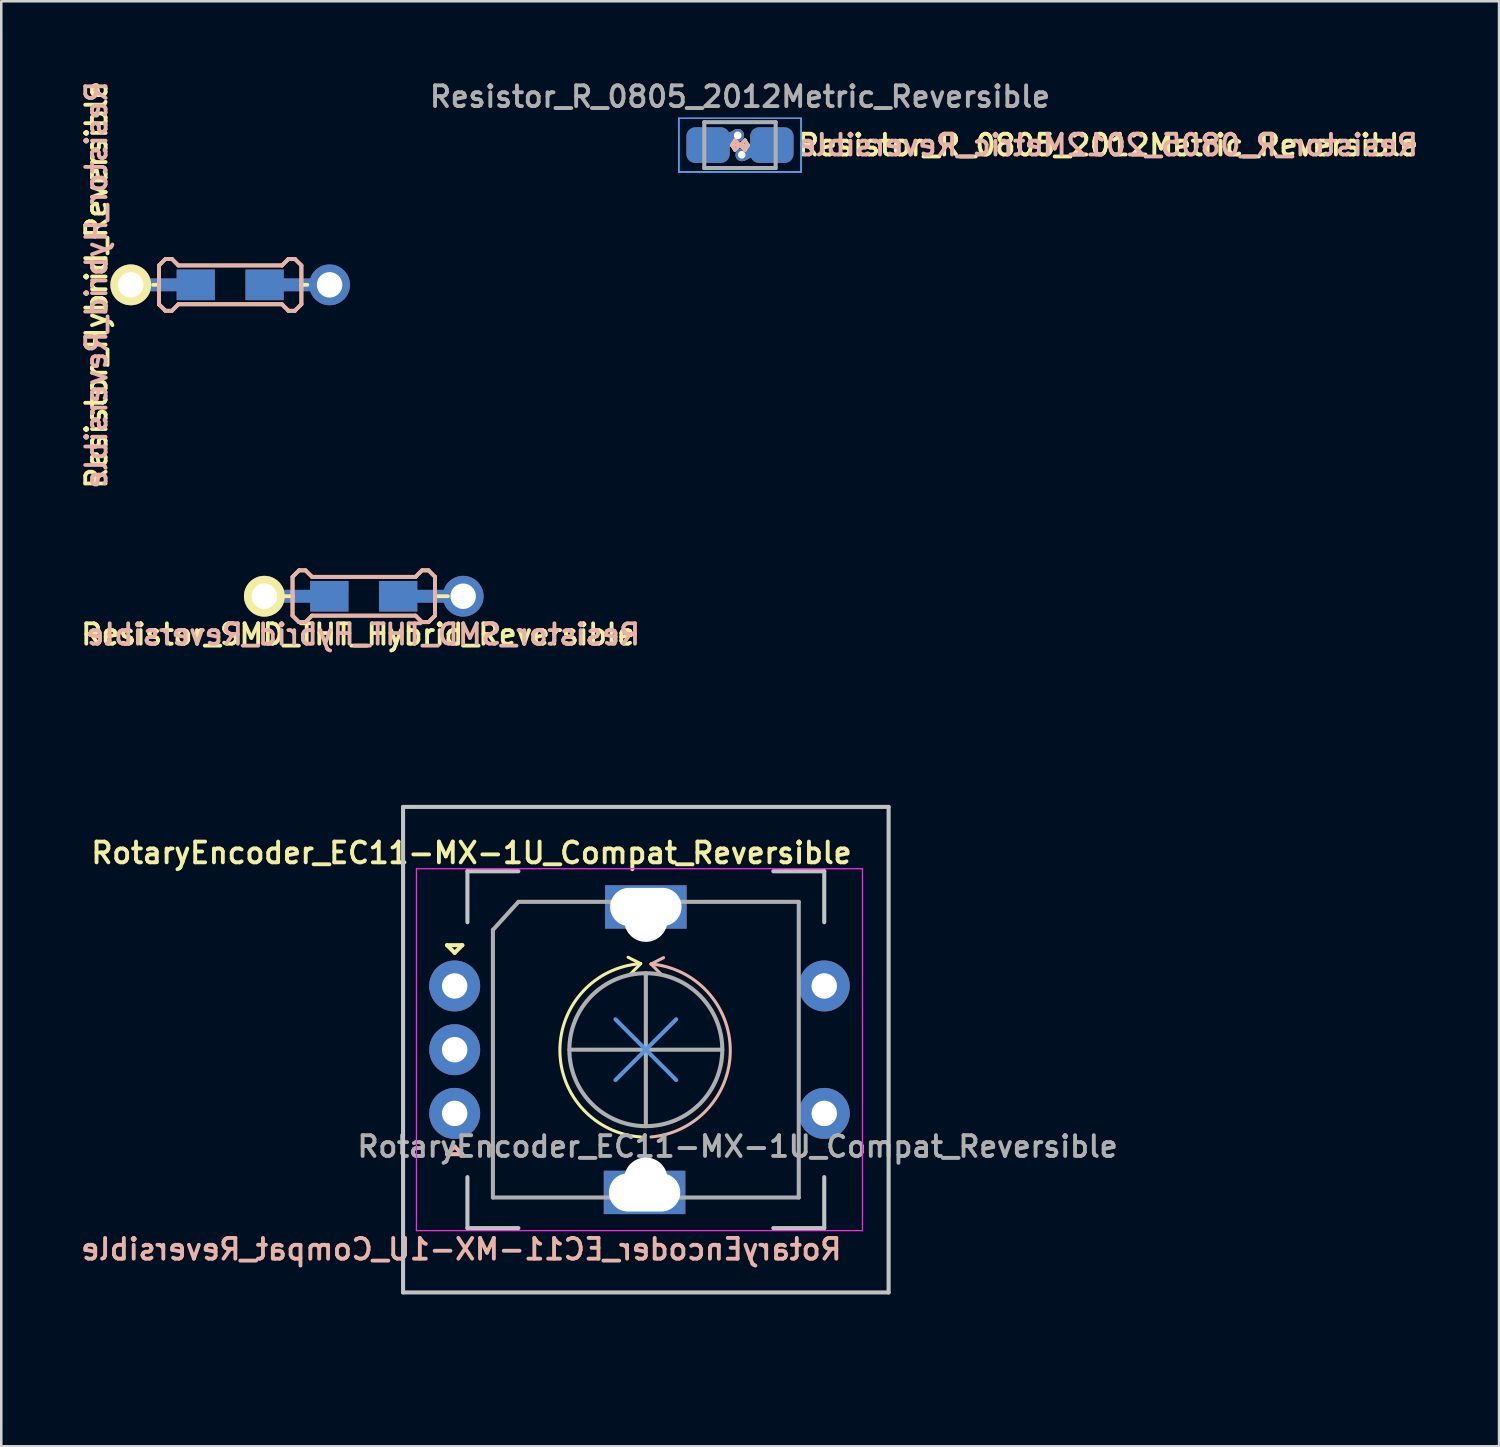
<source format=kicad_pcb>
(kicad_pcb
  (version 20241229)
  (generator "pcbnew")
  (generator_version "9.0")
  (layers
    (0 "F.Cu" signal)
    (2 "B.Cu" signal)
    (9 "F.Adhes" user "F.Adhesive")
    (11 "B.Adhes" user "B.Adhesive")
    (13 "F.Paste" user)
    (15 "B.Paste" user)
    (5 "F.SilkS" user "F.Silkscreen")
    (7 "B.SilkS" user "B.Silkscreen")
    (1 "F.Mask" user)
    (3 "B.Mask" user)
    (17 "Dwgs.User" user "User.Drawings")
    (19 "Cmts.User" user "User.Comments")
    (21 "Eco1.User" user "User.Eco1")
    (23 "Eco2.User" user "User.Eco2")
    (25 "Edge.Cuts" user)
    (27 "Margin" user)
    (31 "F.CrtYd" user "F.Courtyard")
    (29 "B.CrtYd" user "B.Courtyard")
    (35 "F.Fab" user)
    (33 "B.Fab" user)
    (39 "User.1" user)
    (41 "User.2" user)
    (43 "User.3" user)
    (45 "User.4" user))
  (footprint "Resistor_R_0805_2012Metric_Reversible"
    (layer "F.Cu")
    (at 25.982 2.643)
    (property "Reference" "Resistor_R_0805_2012Metric_Reversible" (at 2.182 0 0) (layer "F.SilkS") (effects (font (size 0.813 0.813) (thickness 0.152)) (justify left)))
    (attr smd)
    (fp_line (start -0.325 0) (end -0.2 0.2) (stroke (width 0.12) (type solid)) (layer "F.SilkS"))
    (fp_line (start -0.325 0) (end 0.325 0) (stroke (width 0.12) (type solid)) (layer "F.SilkS"))
    (fp_line (start -0.2 -0.2) (end -0.325 0) (stroke (width 0.12) (type solid)) (layer "F.SilkS"))
    (fp_line (start -0.2 0.2) (end 0 0) (stroke (width 0.12) (type solid)) (layer "F.SilkS"))
    (fp_line (start 0 0) (end -0.2 -0.2) (stroke (width 0.12) (type solid)) (layer "F.SilkS"))
    (fp_line (start 0 0) (end 0.2 0.2) (stroke (width 0.12) (type solid)) (layer "F.SilkS"))
    (fp_line (start 0.2 -0.2) (end 0 0) (stroke (width 0.12) (type solid)) (layer "F.SilkS"))
    (fp_line (start 0.2 0.2) (end 0.325 0) (stroke (width 0.12) (type solid)) (layer "F.SilkS"))
    (fp_line (start 0.325 0) (end 0.2 -0.2) (stroke (width 0.12) (type solid)) (layer "F.SilkS"))
    (fp_line (start -0.325 0) (end -0.2 -0.2) (stroke (width 0.12) (type solid)) (layer "B.SilkS"))
    (fp_line (start -0.325 0) (end 0.325 0) (stroke (width 0.12) (type solid)) (layer "B.SilkS"))
    (fp_line (start -0.2 -0.2) (end 0 0) (stroke (width 0.12) (type solid)) (layer "B.SilkS"))
    (fp_line (start -0.2 0.2) (end -0.325 0) (stroke (width 0.12) (type solid)) (layer "B.SilkS"))
    (fp_line (start 0 0) (end -0.2 0.2) (stroke (width 0.12) (type solid)) (layer "B.SilkS"))
    (fp_line (start 0 0) (end 0.2 -0.2) (stroke (width 0.12) (type solid)) (layer "B.SilkS"))
    (fp_line (start 0.2 -0.2) (end 0.325 0) (stroke (width 0.12) (type solid)) (layer "B.SilkS"))
    (fp_line (start 0.2 0.2) (end 0 0) (stroke (width 0.12) (type solid)) (layer "B.SilkS"))
    (fp_line (start 0.325 0) (end 0.2 0.2) (stroke (width 0.12) (type solid)) (layer "B.SilkS"))
    (fp_line (start -2.4 -1.05) (end -2.4 1.05) (stroke (width 0.05) (type solid)) (layer "Cmts.User"))
    (fp_line (start -2.4 -1.05) (end 2.4 -1.05) (stroke (width 0.05) (type solid)) (layer "Cmts.User"))
    (fp_line (start 2.4 -1.05) (end 2.4 1.05) (stroke (width 0.05) (type solid)) (layer "Cmts.User"))
    (fp_line (start 2.4 1.05) (end -2.4 1.05) (stroke (width 0.05) (type solid)) (layer "Cmts.User"))
    (fp_line (start -2.4 -1.05) (end -2.4 1.05) (stroke (width 0.05) (type solid)) (layer "B.CrtYd"))
    (fp_line (start -2.4 -1.05) (end 2.4 -1.05) (stroke (width 0.05) (type solid)) (layer "B.CrtYd"))
    (fp_line (start 2.4 -1.05) (end 2.4 1.05) (stroke (width 0.05) (type solid)) (layer "B.CrtYd"))
    (fp_line (start 2.4 1.05) (end -2.4 1.05) (stroke (width 0.05) (type solid)) (layer "B.CrtYd"))
    (fp_line (start -2.4 -1.05) (end -2.4 1.05) (stroke (width 0.05) (type solid)) (layer "F.CrtYd"))
    (fp_line (start -2.4 -1.05) (end 2.4 -1.05) (stroke (width 0.05) (type solid)) (layer "F.CrtYd"))
    (fp_line (start 2.4 -1.05) (end 2.4 1.05) (stroke (width 0.05) (type solid)) (layer "F.CrtYd"))
    (fp_line (start 2.4 1.05) (end -2.4 1.05) (stroke (width 0.05) (type solid)) (layer "F.CrtYd"))
    (fp_line (start -1.4 -0.9) (end 1.4 -0.9) (stroke (width 0.16) (type solid)) (layer "F.Fab"))
    (fp_line (start -1.4 0.9) (end -1.4 -0.9) (stroke (width 0.16) (type solid)) (layer "F.Fab"))
    (fp_line (start 1.4 -0.9) (end 1.4 0.9) (stroke (width 0.16) (type solid)) (layer "F.Fab"))
    (fp_line (start 1.4 0.9) (end -1.4 0.9) (stroke (width 0.16) (type solid)) (layer "F.Fab"))
    (fp_text user "${REFERENCE}" (at 2.182 0 0) (layer "B.SilkS") (effects (font (size 0.813 0.813) (thickness 0.152)) (justify right mirror)))
    (fp_text user "${REFERENCE}" (at 0 -1.9 0) (layer "F.Fab") (effects (font (size 0.813 0.813) (thickness 0.152))))
    (pad "1" smd roundrect (at -1.251 0) (size 1.701 1.4) (layers "F.Cu" "F.Mask" "F.Paste") (roundrect_rratio 0.25))
    (pad "1" smd roundrect (at -1.251 0) (size 1.701 1.4) (layers "B.Cu" "B.Mask" "B.Paste") (roundrect_rratio 0.25))
    (pad "1" smd custom (at -0.851 0) (size 0.01 0.01) (layers "F.Cu") (options (anchor circle)) (primitives (gr_line (start 0.762 -0.381) (end 0 0) (width 0.5))))
    (pad "1" smd custom (at -0.851 0) (size 0.01 0.01) (layers "B.Cu") (options (anchor circle)) (primitives (gr_line (start 0.762 -0.381) (end 0 0) (width 0.5))))
    (pad "1" thru_hole circle (at -0.089 -0.381) (size 0.5 0.5) (drill 0.3) (layers "*.Cu"))
    (pad "2" thru_hole circle (at 0.07 0.381) (size 0.5 0.5) (drill 0.3) (layers "*.Cu"))
    (pad "2" smd custom (at 0.851 0) (size 0.01 0.01) (layers "F.Cu") (options (anchor circle)) (primitives (gr_line (start -0.761 0.381) (end 0.001 0) (width 0.5))))
    (pad "2" smd custom (at 0.851 0) (size 0.01 0.01) (layers "B.Cu") (options (anchor circle)) (primitives (gr_line (start -0.761 0.381) (end 0.001 0) (width 0.5))))
    (pad "2" smd roundrect (at 1.251 0) (size 1.701 1.4) (layers "F.Cu" "F.Mask" "F.Paste") (roundrect_rratio 0.25))
    (pad "2" smd roundrect (at 1.251 0) (size 1.701 1.4) (layers "B.Cu" "B.Mask" "B.Paste") (roundrect_rratio 0.25)))
  (footprint "Resistor_Hybrid_Reversible"
    (layer "F.Cu")
    (at 5.981 8.126)
    (property "Reference" "Resistor_Hybrid_Reversible" (at -5.25 0 90) (layer "B.SilkS") (effects (font (size 0.8 0.8) (thickness 0.15)) (justify mirror)))
    (attr through_hole)
    (fp_line (start -3.025 0) (end -2.794 0) (stroke (width 0.15) (type solid)) (layer "F.SilkS"))
    (fp_line (start -2.794 -0.762) (end -2.54 -1.016) (stroke (width 0.15) (type solid)) (layer "F.SilkS"))
    (fp_line (start -2.794 0.762) (end -2.794 -0.762) (stroke (width 0.15) (type solid)) (layer "F.SilkS"))
    (fp_line (start -2.54 -1.016) (end -2.286 -1.016) (stroke (width 0.15) (type solid)) (layer "F.SilkS"))
    (fp_line (start -2.54 1.016) (end -2.794 0.762) (stroke (width 0.15) (type solid)) (layer "F.SilkS"))
    (fp_line (start -2.286 -1.016) (end -2.032 -0.762) (stroke (width 0.15) (type solid)) (layer "F.SilkS"))
    (fp_line (start -2.286 1.016) (end -2.54 1.016) (stroke (width 0.15) (type solid)) (layer "F.SilkS"))
    (fp_line (start -2.032 -0.762) (end 2.032 -0.762) (stroke (width 0.15) (type solid)) (layer "F.SilkS"))
    (fp_line (start -2.032 0.762) (end -2.286 1.016) (stroke (width 0.15) (type solid)) (layer "F.SilkS"))
    (fp_line (start 2.032 -0.762) (end 2.286 -1.016) (stroke (width 0.15) (type solid)) (layer "F.SilkS"))
    (fp_line (start 2.032 0.762) (end -2.032 0.762) (stroke (width 0.15) (type solid)) (layer "F.SilkS"))
    (fp_line (start 2.286 -1.016) (end 2.54 -1.016) (stroke (width 0.15) (type solid)) (layer "F.SilkS"))
    (fp_line (start 2.286 1.016) (end 2.032 0.762) (stroke (width 0.15) (type solid)) (layer "F.SilkS"))
    (fp_line (start 2.54 -1.016) (end 2.794 -0.762) (stroke (width 0.15) (type solid)) (layer "F.SilkS"))
    (fp_line (start 2.54 1.016) (end 2.286 1.016) (stroke (width 0.15) (type solid)) (layer "F.SilkS"))
    (fp_line (start 2.794 -0.762) (end 2.794 0.762) (stroke (width 0.15) (type solid)) (layer "F.SilkS"))
    (fp_line (start 2.794 0) (end 3.025 0) (stroke (width 0.15) (type solid)) (layer "F.SilkS"))
    (fp_line (start 2.794 0.762) (end 2.54 1.016) (stroke (width 0.15) (type solid)) (layer "F.SilkS"))
    (fp_line (start -2.794 -0.762) (end -2.794 0.762) (stroke (width 0.15) (type solid)) (layer "B.SilkS"))
    (fp_line (start -2.794 0.762) (end -2.54 1.016) (stroke (width 0.15) (type solid)) (layer "B.SilkS"))
    (fp_line (start -2.54 -1.016) (end -2.794 -0.762) (stroke (width 0.15) (type solid)) (layer "B.SilkS"))
    (fp_line (start -2.54 1.016) (end -2.286 1.016) (stroke (width 0.15) (type solid)) (layer "B.SilkS"))
    (fp_line (start -2.286 -1.016) (end -2.54 -1.016) (stroke (width 0.15) (type solid)) (layer "B.SilkS"))
    (fp_line (start -2.286 1.016) (end -2.032 0.762) (stroke (width 0.15) (type solid)) (layer "B.SilkS"))
    (fp_line (start -2.032 -0.762) (end -2.286 -1.016) (stroke (width 0.15) (type solid)) (layer "B.SilkS"))
    (fp_line (start -2.032 0.762) (end 2.032 0.762) (stroke (width 0.15) (type solid)) (layer "B.SilkS"))
    (fp_line (start 2.032 -0.762) (end -2.032 -0.762) (stroke (width 0.15) (type solid)) (layer "B.SilkS"))
    (fp_line (start 2.032 0.762) (end 2.286 1.016) (stroke (width 0.15) (type solid)) (layer "B.SilkS"))
    (fp_line (start 2.286 -1.016) (end 2.032 -0.762) (stroke (width 0.15) (type solid)) (layer "B.SilkS"))
    (fp_line (start 2.286 1.016) (end 2.54 1.016) (stroke (width 0.15) (type solid)) (layer "B.SilkS"))
    (fp_line (start 2.54 -1.016) (end 2.286 -1.016) (stroke (width 0.15) (type solid)) (layer "B.SilkS"))
    (fp_line (start 2.54 1.016) (end 2.794 0.762) (stroke (width 0.15) (type solid)) (layer "B.SilkS"))
    (fp_line (start 2.794 -0.762) (end 2.54 -1.016) (stroke (width 0.15) (type solid)) (layer "B.SilkS"))
    (fp_line (start 2.794 0.762) (end 2.794 -0.762) (stroke (width 0.15) (type solid)) (layer "B.SilkS"))
    (fp_text user "${REFERENCE}" (at -5.25 0 90) (layer "F.SilkS") (effects (font (size 0.8 0.8) (thickness 0.15))))
    (pad "1" smd rect (at 1.35 0) (size 1.5 1.2) (layers "F.Cu" "F.Mask" "F.Paste"))
    (pad "1" smd rect (at 1.35 0) (size 1.5 1.2) (layers "B.Cu" "B.Mask" "B.Paste"))
    (pad "1" smd rect (at 2.5 0) (size 2.9 0.5) (layers "F.Cu"))
    (pad "1" smd rect (at 2.5 0) (size 2.9 0.5) (layers "B.Cu"))
    (pad "1" thru_hole circle (at 3.9 0) (size 1.6 1.6) (drill 1) (layers "*.Cu" "*.Mask"))
    (pad "2" thru_hole circle (at -3.9 0) (size 1.6 1.6) (drill 1) (layers "*.Cu" "*.Mask" "F.SilkS"))
    (pad "2" smd rect (at -2.5 0) (size 2.9 0.5) (layers "F.Cu"))
    (pad "2" smd rect (at -2.5 0) (size 2.9 0.5) (layers "B.Cu"))
    (pad "2" smd rect (at -1.35 0) (size 1.5 1.2) (layers "F.Cu" "F.Mask" "F.Paste"))
    (pad "2" smd rect (at -1.35 0) (size 1.5 1.2) (layers "B.Cu" "B.Mask" "B.Paste")))
  (footprint "Resistor_SMD_THT_Hybrid_Reversible"
    (layer "F.Cu")
    (at 11.222 20.343)
    (property "Reference" "Resistor_SMD_THT_Hybrid_Reversible" (at -0.025 1.5 0) (layer "B.SilkS") (effects (font (size 0.8 0.8) (thickness 0.15)) (justify mirror)))
    (attr through_hole)
    (fp_line (start -3.302 0) (end -2.794 0) (stroke (width 0.15) (type solid)) (layer "F.SilkS"))
    (fp_line (start -2.794 -0.762) (end -2.54 -1.016) (stroke (width 0.15) (type solid)) (layer "F.SilkS"))
    (fp_line (start -2.794 0.762) (end -2.794 -0.762) (stroke (width 0.15) (type solid)) (layer "F.SilkS"))
    (fp_line (start -2.54 -1.016) (end -2.286 -1.016) (stroke (width 0.15) (type solid)) (layer "F.SilkS"))
    (fp_line (start -2.54 1.016) (end -2.794 0.762) (stroke (width 0.15) (type solid)) (layer "F.SilkS"))
    (fp_line (start -2.286 -1.016) (end -2.032 -0.762) (stroke (width 0.15) (type solid)) (layer "F.SilkS"))
    (fp_line (start -2.286 1.016) (end -2.54 1.016) (stroke (width 0.15) (type solid)) (layer "F.SilkS"))
    (fp_line (start -2.032 -0.762) (end 2.032 -0.762) (stroke (width 0.15) (type solid)) (layer "F.SilkS"))
    (fp_line (start -2.032 0.762) (end -2.286 1.016) (stroke (width 0.15) (type solid)) (layer "F.SilkS"))
    (fp_line (start 2.032 -0.762) (end 2.286 -1.016) (stroke (width 0.15) (type solid)) (layer "F.SilkS"))
    (fp_line (start 2.032 0.762) (end -2.032 0.762) (stroke (width 0.15) (type solid)) (layer "F.SilkS"))
    (fp_line (start 2.286 -1.016) (end 2.54 -1.016) (stroke (width 0.15) (type solid)) (layer "F.SilkS"))
    (fp_line (start 2.286 1.016) (end 2.032 0.762) (stroke (width 0.15) (type solid)) (layer "F.SilkS"))
    (fp_line (start 2.54 -1.016) (end 2.794 -0.762) (stroke (width 0.15) (type solid)) (layer "F.SilkS"))
    (fp_line (start 2.54 1.016) (end 2.286 1.016) (stroke (width 0.15) (type solid)) (layer "F.SilkS"))
    (fp_line (start 2.794 -0.762) (end 2.794 0.762) (stroke (width 0.15) (type solid)) (layer "F.SilkS"))
    (fp_line (start 2.794 0) (end 3.302 0) (stroke (width 0.15) (type solid)) (layer "F.SilkS"))
    (fp_line (start 2.794 0.762) (end 2.54 1.016) (stroke (width 0.15) (type solid)) (layer "F.SilkS"))
    (fp_line (start -2.794 -0.762) (end -2.794 0.762) (stroke (width 0.15) (type solid)) (layer "B.SilkS"))
    (fp_line (start -2.794 0.762) (end -2.54 1.016) (stroke (width 0.15) (type solid)) (layer "B.SilkS"))
    (fp_line (start -2.54 -1.016) (end -2.794 -0.762) (stroke (width 0.15) (type solid)) (layer "B.SilkS"))
    (fp_line (start -2.54 1.016) (end -2.286 1.016) (stroke (width 0.15) (type solid)) (layer "B.SilkS"))
    (fp_line (start -2.286 -1.016) (end -2.54 -1.016) (stroke (width 0.15) (type solid)) (layer "B.SilkS"))
    (fp_line (start -2.286 1.016) (end -2.032 0.762) (stroke (width 0.15) (type solid)) (layer "B.SilkS"))
    (fp_line (start -2.032 -0.762) (end -2.286 -1.016) (stroke (width 0.15) (type solid)) (layer "B.SilkS"))
    (fp_line (start -2.032 0.762) (end 2.032 0.762) (stroke (width 0.15) (type solid)) (layer "B.SilkS"))
    (fp_line (start 2.032 -0.762) (end -2.032 -0.762) (stroke (width 0.15) (type solid)) (layer "B.SilkS"))
    (fp_line (start 2.032 0.762) (end 2.286 1.016) (stroke (width 0.15) (type solid)) (layer "B.SilkS"))
    (fp_line (start 2.286 -1.016) (end 2.032 -0.762) (stroke (width 0.15) (type solid)) (layer "B.SilkS"))
    (fp_line (start 2.286 1.016) (end 2.54 1.016) (stroke (width 0.15) (type solid)) (layer "B.SilkS"))
    (fp_line (start 2.54 -1.016) (end 2.286 -1.016) (stroke (width 0.15) (type solid)) (layer "B.SilkS"))
    (fp_line (start 2.54 1.016) (end 2.794 0.762) (stroke (width 0.15) (type solid)) (layer "B.SilkS"))
    (fp_line (start 2.794 -0.762) (end 2.54 -1.016) (stroke (width 0.15) (type solid)) (layer "B.SilkS"))
    (fp_line (start 2.794 0.762) (end 2.794 -0.762) (stroke (width 0.15) (type solid)) (layer "B.SilkS"))
    (fp_text user "${REFERENCE}" (at -0.22 1.5 0) (layer "F.SilkS") (effects (font (size 0.8 0.8) (thickness 0.15))))
    (pad "1" smd rect (at 1.35 0) (size 1.5 1.2) (layers "F.Cu" "F.Mask" "F.Paste"))
    (pad "1" smd rect (at 1.35 0) (size 1.5 1.2) (layers "B.Cu" "B.Mask" "B.Paste"))
    (pad "1" smd rect (at 2.5 0) (size 2.9 0.5) (layers "F.Cu"))
    (pad "1" smd rect (at 2.5 0) (size 2.9 0.5) (layers "B.Cu"))
    (pad "1" thru_hole circle (at 3.9 0) (size 1.6 1.6) (drill 1) (layers "*.Cu" "*.Mask"))
    (pad "2" thru_hole circle (at -3.9 0) (size 1.6 1.6) (drill 1) (layers "*.Cu" "*.Mask" "F.SilkS"))
    (pad "2" smd rect (at -2.5 0) (size 2.9 0.5) (layers "F.Cu"))
    (pad "2" smd rect (at -2.5 0) (size 2.9 0.5) (layers "B.Cu"))
    (pad "2" smd rect (at -1.35 0) (size 1.5 1.2) (layers "F.Cu" "F.Mask" "F.Paste"))
    (pad "2" smd rect (at -1.35 0) (size 1.5 1.2) (layers "B.Cu" "B.Mask" "B.Paste")))
  (footprint "RotaryEncoder_EC11-MX-1U_Compat_Reversible"
    (layer "F.Cu")
    (at 22.289 38.134)
    (property "Reference" "RotaryEncoder_EC11-MX-1U_Compat_Reversible" (at -6.84 -7.72 0) (layer "F.SilkS") (effects (font (size 0.813 0.813) (thickness 0.152))))
    (attr through_hole)
    (fp_line (start -7.8 -4.1) (end -7.2 -4.1) (stroke (width 0.16) (type solid)) (layer "F.SilkS"))
    (fp_line (start -7.5 -3.8) (end -7.8 -4.1) (stroke (width 0.16) (type solid)) (layer "F.SilkS"))
    (fp_line (start -7.2 -4.1) (end -7.5 -3.8) (stroke (width 0.16) (type solid)) (layer "F.SilkS"))
    (fp_line (start -0.697 -3.626) (end -0.203 -3.374) (stroke (width 0.12) (type solid)) (layer "F.SilkS"))
    (fp_line (start -0.203 -3.374) (end -0.597 -2.976) (stroke (width 0.12) (type solid)) (layer "F.SilkS"))
    (fp_arc (start -0.19717 3.424467) (mid -3.370915 0.02764) (end -0.202831 -3.374467) (stroke (width 0.12) (type solid)) (layer "F.SilkS"))
    (fp_line (start -7.8 4.1) (end -7.2 4.1) (stroke (width 0.16) (type solid)) (layer "B.SilkS"))
    (fp_line (start -7.5 3.8) (end -7.8 4.1) (stroke (width 0.16) (type solid)) (layer "B.SilkS"))
    (fp_line (start -7.2 4.1) (end -7.5 3.8) (stroke (width 0.16) (type solid)) (layer "B.SilkS"))
    (fp_line (start 0.203 -3.361) (end 0.597 -2.962) (stroke (width 0.12) (type solid)) (layer "B.SilkS"))
    (fp_line (start 0.697 -3.612) (end 0.203 -3.361) (stroke (width 0.12) (type solid)) (layer "B.SilkS"))
    (fp_arc (start 0.20283 -3.361078) (mid 3.313249 0.031694) (end 0.20283 3.424467) (stroke (width 0.12) (type solid)) (layer "B.SilkS"))
    (fp_line (start -9.525 -9.525) (end 9.525 -9.525) (stroke (width 0.16) (type solid)) (layer "Dwgs.User"))
    (fp_line (start -9.525 9.525) (end -9.525 -9.525) (stroke (width 0.16) (type solid)) (layer "Dwgs.User"))
    (fp_line (start -7 -7) (end -7 -5) (stroke (width 0.16) (type solid)) (layer "Dwgs.User"))
    (fp_line (start -7 5) (end -7 7) (stroke (width 0.16) (type solid)) (layer "Dwgs.User"))
    (fp_line (start -7 7) (end -5 7) (stroke (width 0.16) (type solid)) (layer "Dwgs.User"))
    (fp_line (start -5 -7) (end -7 -7) (stroke (width 0.16) (type solid)) (layer "Dwgs.User"))
    (fp_line (start 5 -7) (end 7 -7) (stroke (width 0.16) (type solid)) (layer "Dwgs.User"))
    (fp_line (start 5 7) (end 7 7) (stroke (width 0.16) (type solid)) (layer "Dwgs.User"))
    (fp_line (start 7 -7) (end 7 -5) (stroke (width 0.16) (type solid)) (layer "Dwgs.User"))
    (fp_line (start 7 7) (end 7 5) (stroke (width 0.16) (type solid)) (layer "Dwgs.User"))
    (fp_line (start 9.525 -9.525) (end 9.525 9.525) (stroke (width 0.16) (type solid)) (layer "Dwgs.User"))
    (fp_line (start 9.525 9.525) (end -9.525 9.525) (stroke (width 0.16) (type solid)) (layer "Dwgs.User"))
    (fp_line (start -1.191 -1.191) (end 1.191 1.191) (stroke (width 0.16) (type solid)) (layer "Cmts.User"))
    (fp_line (start -1.191 1.191) (end 1.191 -1.191) (stroke (width 0.16) (type solid)) (layer "Cmts.User"))
    (fp_circle (center 0 0) (end 12.5 0) (stroke (width 0.12) (type solid)) (fill no) (layer "Eco1.User"))
    (fp_line (start -9 -7.1) (end -9 7.1) (stroke (width 0.05) (type solid)) (layer "F.CrtYd"))
    (fp_line (start -9 -7.1) (end 8.5 -7.1) (stroke (width 0.05) (type solid)) (layer "F.CrtYd"))
    (fp_line (start 8.5 7.1) (end -9 7.1) (stroke (width 0.05) (type solid)) (layer "F.CrtYd"))
    (fp_line (start 8.5 7.1) (end 8.5 -7.1) (stroke (width 0.05) (type solid)) (layer "F.CrtYd"))
    (fp_line (start -6 -4.7) (end -5 -5.8) (stroke (width 0.16) (type solid)) (layer "F.Fab"))
    (fp_line (start -6 5.8) (end -6 -4.7) (stroke (width 0.16) (type solid)) (layer "F.Fab"))
    (fp_line (start -5 -5.8) (end 6 -5.8) (stroke (width 0.16) (type solid)) (layer "F.Fab"))
    (fp_line (start -3 0) (end 3 0) (stroke (width 0.16) (type solid)) (layer "F.Fab"))
    (fp_line (start 0 -3) (end 0 3) (stroke (width 0.16) (type solid)) (layer "F.Fab"))
    (fp_line (start 6 -5.8) (end 6 5.8) (stroke (width 0.16) (type solid)) (layer "F.Fab"))
    (fp_line (start 6 5.8) (end -6 5.8) (stroke (width 0.16) (type solid)) (layer "F.Fab"))
    (fp_circle (center 0 0) (end 3 0) (stroke (width 0.16) (type solid)) (fill no) (layer "F.Fab"))
    (fp_text user "${REFERENCE}" (at -7.24 7.83 180) (layer "B.SilkS") (effects (font (size 0.813 0.813) (thickness 0.152)) (justify mirror)))
    (fp_text user "${REFERENCE}" (at 3.6 3.8 0) (layer "F.Fab") (effects (font (size 0.813 0.813) (thickness 0.152))))
    (pad "" np_thru_hole rect (at -0.05 5.6) (size 3.2 1.7) (drill oval 2.8 1.5) (layers "*.Cu" "*.Mask"))
    (pad "" np_thru_hole rect (at 0 -5.6) (size 3.2 1.7) (drill oval 2.8 1.5) (layers "*.Cu" "*.Mask"))
    (pad "" np_thru_hole circle (at 0 -5.08 270) (size 1.7 1.7) (drill 1.7) (layers "*.Cu" "*.Mask"))
    (pad "" np_thru_hole circle (at 0 5.08 270) (size 1.7 1.7) (drill 1.7) (layers "*.Cu" "*.Mask"))
    (pad "A" thru_hole circle (at -7.5 -2.5) (size 2 2) (drill 1) (layers "*.Cu" "*.Mask"))
    (pad "B" thru_hole circle (at -7.5 2.5) (size 2 2) (drill 1) (layers "*.Cu" "*.Mask"))
    (pad "C" thru_hole circle (at -7.5 0) (size 2 2) (drill 1) (layers "*.Cu" "*.Mask"))
    (pad "S1" thru_hole circle (at 7 2.5) (size 2 2) (drill 1) (layers "*.Cu" "*.Mask"))
    (pad "S2" thru_hole circle (at 7 -2.5) (size 2 2) (drill 1) (layers "*.Cu" "*.Mask")))
  (gr_rect
    (start -3 -3)
    (end 55.765 53.694)
    (stroke (width 0.1) (type default))
    (fill no)
    (layer "Edge.Cuts")))
</source>
